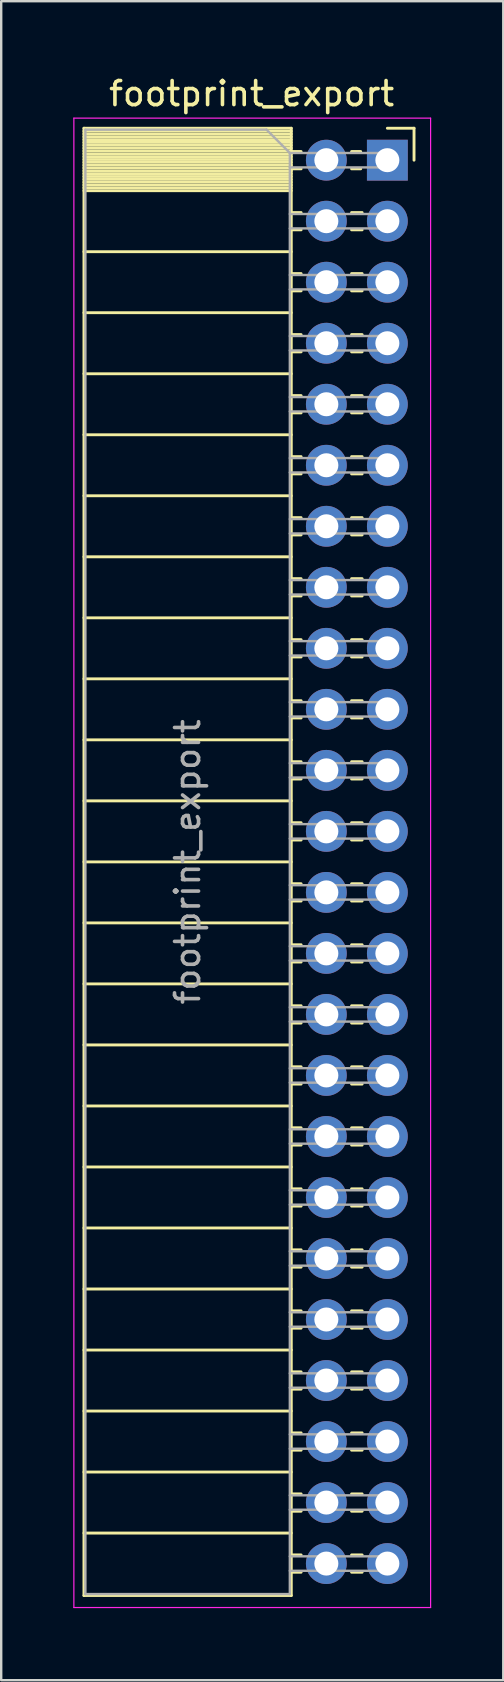
<source format=kicad_pcb>
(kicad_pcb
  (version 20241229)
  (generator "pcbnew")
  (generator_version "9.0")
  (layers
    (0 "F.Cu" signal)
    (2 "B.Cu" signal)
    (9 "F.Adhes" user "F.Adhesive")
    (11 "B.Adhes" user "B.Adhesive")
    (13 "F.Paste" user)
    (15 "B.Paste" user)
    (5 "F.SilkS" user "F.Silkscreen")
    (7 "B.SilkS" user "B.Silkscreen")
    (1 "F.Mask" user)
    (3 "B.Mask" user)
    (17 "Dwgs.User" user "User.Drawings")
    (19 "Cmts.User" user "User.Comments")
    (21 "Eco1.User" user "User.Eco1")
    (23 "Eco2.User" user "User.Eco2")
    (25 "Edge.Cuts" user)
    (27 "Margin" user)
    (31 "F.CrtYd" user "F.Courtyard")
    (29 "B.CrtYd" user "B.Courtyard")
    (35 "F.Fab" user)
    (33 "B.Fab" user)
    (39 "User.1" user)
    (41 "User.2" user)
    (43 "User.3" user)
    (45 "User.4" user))
  (footprint "footprint_export"
    (layer "F.Cu")
    (at 13.075 3.618)
    (property "Reference" "footprint_export" (at -5.65 -2.77 0) (layer "F.SilkS") (effects (font (size 1 1) (thickness 0.15))))
    (attr through_hole)
    (fp_line (start -12.63 -1.33) (end -12.63 59.75) (stroke (width 0.12) (type solid)) (layer "F.SilkS"))
    (fp_line (start -12.63 -1.33) (end -4 -1.33) (stroke (width 0.12) (type solid)) (layer "F.SilkS"))
    (fp_line (start -12.63 -1.21) (end -4 -1.21) (stroke (width 0.12) (type solid)) (layer "F.SilkS"))
    (fp_line (start -12.63 -1.092) (end -4 -1.092) (stroke (width 0.12) (type solid)) (layer "F.SilkS"))
    (fp_line (start -12.63 -0.974) (end -4 -0.974) (stroke (width 0.12) (type solid)) (layer "F.SilkS"))
    (fp_line (start -12.63 -0.856) (end -4 -0.856) (stroke (width 0.12) (type solid)) (layer "F.SilkS"))
    (fp_line (start -12.63 -0.738) (end -4 -0.738) (stroke (width 0.12) (type solid)) (layer "F.SilkS"))
    (fp_line (start -12.63 -0.62) (end -4 -0.62) (stroke (width 0.12) (type solid)) (layer "F.SilkS"))
    (fp_line (start -12.63 -0.501) (end -4 -0.501) (stroke (width 0.12) (type solid)) (layer "F.SilkS"))
    (fp_line (start -12.63 -0.383) (end -4 -0.383) (stroke (width 0.12) (type solid)) (layer "F.SilkS"))
    (fp_line (start -12.63 -0.265) (end -4 -0.265) (stroke (width 0.12) (type solid)) (layer "F.SilkS"))
    (fp_line (start -12.63 -0.147) (end -4 -0.147) (stroke (width 0.12) (type solid)) (layer "F.SilkS"))
    (fp_line (start -12.63 -0.029) (end -4 -0.029) (stroke (width 0.12) (type solid)) (layer "F.SilkS"))
    (fp_line (start -12.63 0.089) (end -4 0.089) (stroke (width 0.12) (type solid)) (layer "F.SilkS"))
    (fp_line (start -12.63 0.207) (end -4 0.207) (stroke (width 0.12) (type solid)) (layer "F.SilkS"))
    (fp_line (start -12.63 0.325) (end -4 0.325) (stroke (width 0.12) (type solid)) (layer "F.SilkS"))
    (fp_line (start -12.63 0.443) (end -4 0.443) (stroke (width 0.12) (type solid)) (layer "F.SilkS"))
    (fp_line (start -12.63 0.561) (end -4 0.561) (stroke (width 0.12) (type solid)) (layer "F.SilkS"))
    (fp_line (start -12.63 0.68) (end -4 0.68) (stroke (width 0.12) (type solid)) (layer "F.SilkS"))
    (fp_line (start -12.63 0.798) (end -4 0.798) (stroke (width 0.12) (type solid)) (layer "F.SilkS"))
    (fp_line (start -12.63 0.916) (end -4 0.916) (stroke (width 0.12) (type solid)) (layer "F.SilkS"))
    (fp_line (start -12.63 1.034) (end -4 1.034) (stroke (width 0.12) (type solid)) (layer "F.SilkS"))
    (fp_line (start -12.63 1.152) (end -4 1.152) (stroke (width 0.12) (type solid)) (layer "F.SilkS"))
    (fp_line (start -12.63 1.27) (end -4 1.27) (stroke (width 0.12) (type solid)) (layer "F.SilkS"))
    (fp_line (start -12.63 3.81) (end -4 3.81) (stroke (width 0.12) (type solid)) (layer "F.SilkS"))
    (fp_line (start -12.63 6.35) (end -4 6.35) (stroke (width 0.12) (type solid)) (layer "F.SilkS"))
    (fp_line (start -12.63 8.89) (end -4 8.89) (stroke (width 0.12) (type solid)) (layer "F.SilkS"))
    (fp_line (start -12.63 11.43) (end -4 11.43) (stroke (width 0.12) (type solid)) (layer "F.SilkS"))
    (fp_line (start -12.63 13.97) (end -4 13.97) (stroke (width 0.12) (type solid)) (layer "F.SilkS"))
    (fp_line (start -12.63 16.51) (end -4 16.51) (stroke (width 0.12) (type solid)) (layer "F.SilkS"))
    (fp_line (start -12.63 19.05) (end -4 19.05) (stroke (width 0.12) (type solid)) (layer "F.SilkS"))
    (fp_line (start -12.63 21.59) (end -4 21.59) (stroke (width 0.12) (type solid)) (layer "F.SilkS"))
    (fp_line (start -12.63 24.13) (end -4 24.13) (stroke (width 0.12) (type solid)) (layer "F.SilkS"))
    (fp_line (start -12.63 26.67) (end -4 26.67) (stroke (width 0.12) (type solid)) (layer "F.SilkS"))
    (fp_line (start -12.63 29.21) (end -4 29.21) (stroke (width 0.12) (type solid)) (layer "F.SilkS"))
    (fp_line (start -12.63 31.75) (end -4 31.75) (stroke (width 0.12) (type solid)) (layer "F.SilkS"))
    (fp_line (start -12.63 34.29) (end -4 34.29) (stroke (width 0.12) (type solid)) (layer "F.SilkS"))
    (fp_line (start -12.63 36.83) (end -4 36.83) (stroke (width 0.12) (type solid)) (layer "F.SilkS"))
    (fp_line (start -12.63 39.37) (end -4 39.37) (stroke (width 0.12) (type solid)) (layer "F.SilkS"))
    (fp_line (start -12.63 41.91) (end -4 41.91) (stroke (width 0.12) (type solid)) (layer "F.SilkS"))
    (fp_line (start -12.63 44.45) (end -4 44.45) (stroke (width 0.12) (type solid)) (layer "F.SilkS"))
    (fp_line (start -12.63 46.99) (end -4 46.99) (stroke (width 0.12) (type solid)) (layer "F.SilkS"))
    (fp_line (start -12.63 49.53) (end -4 49.53) (stroke (width 0.12) (type solid)) (layer "F.SilkS"))
    (fp_line (start -12.63 52.07) (end -4 52.07) (stroke (width 0.12) (type solid)) (layer "F.SilkS"))
    (fp_line (start -12.63 54.61) (end -4 54.61) (stroke (width 0.12) (type solid)) (layer "F.SilkS"))
    (fp_line (start -12.63 57.15) (end -4 57.15) (stroke (width 0.12) (type solid)) (layer "F.SilkS"))
    (fp_line (start -12.63 59.75) (end -4 59.75) (stroke (width 0.12) (type solid)) (layer "F.SilkS"))
    (fp_line (start -4 -1.33) (end -4 59.75) (stroke (width 0.12) (type solid)) (layer "F.SilkS"))
    (fp_line (start -4 -0.36) (end -3.59 -0.36) (stroke (width 0.12) (type solid)) (layer "F.SilkS"))
    (fp_line (start -4 0.36) (end -3.59 0.36) (stroke (width 0.12) (type solid)) (layer "F.SilkS"))
    (fp_line (start -4 2.18) (end -3.59 2.18) (stroke (width 0.12) (type solid)) (layer "F.SilkS"))
    (fp_line (start -4 2.9) (end -3.59 2.9) (stroke (width 0.12) (type solid)) (layer "F.SilkS"))
    (fp_line (start -4 4.72) (end -3.59 4.72) (stroke (width 0.12) (type solid)) (layer "F.SilkS"))
    (fp_line (start -4 5.44) (end -3.59 5.44) (stroke (width 0.12) (type solid)) (layer "F.SilkS"))
    (fp_line (start -4 7.26) (end -3.59 7.26) (stroke (width 0.12) (type solid)) (layer "F.SilkS"))
    (fp_line (start -4 7.98) (end -3.59 7.98) (stroke (width 0.12) (type solid)) (layer "F.SilkS"))
    (fp_line (start -4 9.8) (end -3.59 9.8) (stroke (width 0.12) (type solid)) (layer "F.SilkS"))
    (fp_line (start -4 10.52) (end -3.59 10.52) (stroke (width 0.12) (type solid)) (layer "F.SilkS"))
    (fp_line (start -4 12.34) (end -3.59 12.34) (stroke (width 0.12) (type solid)) (layer "F.SilkS"))
    (fp_line (start -4 13.06) (end -3.59 13.06) (stroke (width 0.12) (type solid)) (layer "F.SilkS"))
    (fp_line (start -4 14.88) (end -3.59 14.88) (stroke (width 0.12) (type solid)) (layer "F.SilkS"))
    (fp_line (start -4 15.6) (end -3.59 15.6) (stroke (width 0.12) (type solid)) (layer "F.SilkS"))
    (fp_line (start -4 17.42) (end -3.59 17.42) (stroke (width 0.12) (type solid)) (layer "F.SilkS"))
    (fp_line (start -4 18.14) (end -3.59 18.14) (stroke (width 0.12) (type solid)) (layer "F.SilkS"))
    (fp_line (start -4 19.96) (end -3.59 19.96) (stroke (width 0.12) (type solid)) (layer "F.SilkS"))
    (fp_line (start -4 20.68) (end -3.59 20.68) (stroke (width 0.12) (type solid)) (layer "F.SilkS"))
    (fp_line (start -4 22.5) (end -3.59 22.5) (stroke (width 0.12) (type solid)) (layer "F.SilkS"))
    (fp_line (start -4 23.22) (end -3.59 23.22) (stroke (width 0.12) (type solid)) (layer "F.SilkS"))
    (fp_line (start -4 25.04) (end -3.59 25.04) (stroke (width 0.12) (type solid)) (layer "F.SilkS"))
    (fp_line (start -4 25.76) (end -3.59 25.76) (stroke (width 0.12) (type solid)) (layer "F.SilkS"))
    (fp_line (start -4 27.58) (end -3.59 27.58) (stroke (width 0.12) (type solid)) (layer "F.SilkS"))
    (fp_line (start -4 28.3) (end -3.59 28.3) (stroke (width 0.12) (type solid)) (layer "F.SilkS"))
    (fp_line (start -4 30.12) (end -3.59 30.12) (stroke (width 0.12) (type solid)) (layer "F.SilkS"))
    (fp_line (start -4 30.84) (end -3.59 30.84) (stroke (width 0.12) (type solid)) (layer "F.SilkS"))
    (fp_line (start -4 32.66) (end -3.59 32.66) (stroke (width 0.12) (type solid)) (layer "F.SilkS"))
    (fp_line (start -4 33.38) (end -3.59 33.38) (stroke (width 0.12) (type solid)) (layer "F.SilkS"))
    (fp_line (start -4 35.2) (end -3.59 35.2) (stroke (width 0.12) (type solid)) (layer "F.SilkS"))
    (fp_line (start -4 35.92) (end -3.59 35.92) (stroke (width 0.12) (type solid)) (layer "F.SilkS"))
    (fp_line (start -4 37.74) (end -3.59 37.74) (stroke (width 0.12) (type solid)) (layer "F.SilkS"))
    (fp_line (start -4 38.46) (end -3.59 38.46) (stroke (width 0.12) (type solid)) (layer "F.SilkS"))
    (fp_line (start -4 40.28) (end -3.59 40.28) (stroke (width 0.12) (type solid)) (layer "F.SilkS"))
    (fp_line (start -4 41) (end -3.59 41) (stroke (width 0.12) (type solid)) (layer "F.SilkS"))
    (fp_line (start -4 42.82) (end -3.59 42.82) (stroke (width 0.12) (type solid)) (layer "F.SilkS"))
    (fp_line (start -4 43.54) (end -3.59 43.54) (stroke (width 0.12) (type solid)) (layer "F.SilkS"))
    (fp_line (start -4 45.36) (end -3.59 45.36) (stroke (width 0.12) (type solid)) (layer "F.SilkS"))
    (fp_line (start -4 46.08) (end -3.59 46.08) (stroke (width 0.12) (type solid)) (layer "F.SilkS"))
    (fp_line (start -4 47.9) (end -3.59 47.9) (stroke (width 0.12) (type solid)) (layer "F.SilkS"))
    (fp_line (start -4 48.62) (end -3.59 48.62) (stroke (width 0.12) (type solid)) (layer "F.SilkS"))
    (fp_line (start -4 50.44) (end -3.59 50.44) (stroke (width 0.12) (type solid)) (layer "F.SilkS"))
    (fp_line (start -4 51.16) (end -3.59 51.16) (stroke (width 0.12) (type solid)) (layer "F.SilkS"))
    (fp_line (start -4 52.98) (end -3.59 52.98) (stroke (width 0.12) (type solid)) (layer "F.SilkS"))
    (fp_line (start -4 53.7) (end -3.59 53.7) (stroke (width 0.12) (type solid)) (layer "F.SilkS"))
    (fp_line (start -4 55.52) (end -3.59 55.52) (stroke (width 0.12) (type solid)) (layer "F.SilkS"))
    (fp_line (start -4 56.24) (end -3.59 56.24) (stroke (width 0.12) (type solid)) (layer "F.SilkS"))
    (fp_line (start -4 58.06) (end -3.59 58.06) (stroke (width 0.12) (type solid)) (layer "F.SilkS"))
    (fp_line (start -4 58.78) (end -3.59 58.78) (stroke (width 0.12) (type solid)) (layer "F.SilkS"))
    (fp_line (start -1.49 -0.36) (end -1.11 -0.36) (stroke (width 0.12) (type solid)) (layer "F.SilkS"))
    (fp_line (start -1.49 0.36) (end -1.11 0.36) (stroke (width 0.12) (type solid)) (layer "F.SilkS"))
    (fp_line (start -1.49 2.18) (end -1.05 2.18) (stroke (width 0.12) (type solid)) (layer "F.SilkS"))
    (fp_line (start -1.49 2.9) (end -1.05 2.9) (stroke (width 0.12) (type solid)) (layer "F.SilkS"))
    (fp_line (start -1.49 4.72) (end -1.05 4.72) (stroke (width 0.12) (type solid)) (layer "F.SilkS"))
    (fp_line (start -1.49 5.44) (end -1.05 5.44) (stroke (width 0.12) (type solid)) (layer "F.SilkS"))
    (fp_line (start -1.49 7.26) (end -1.05 7.26) (stroke (width 0.12) (type solid)) (layer "F.SilkS"))
    (fp_line (start -1.49 7.98) (end -1.05 7.98) (stroke (width 0.12) (type solid)) (layer "F.SilkS"))
    (fp_line (start -1.49 9.8) (end -1.05 9.8) (stroke (width 0.12) (type solid)) (layer "F.SilkS"))
    (fp_line (start -1.49 10.52) (end -1.05 10.52) (stroke (width 0.12) (type solid)) (layer "F.SilkS"))
    (fp_line (start -1.49 12.34) (end -1.05 12.34) (stroke (width 0.12) (type solid)) (layer "F.SilkS"))
    (fp_line (start -1.49 13.06) (end -1.05 13.06) (stroke (width 0.12) (type solid)) (layer "F.SilkS"))
    (fp_line (start -1.49 14.88) (end -1.05 14.88) (stroke (width 0.12) (type solid)) (layer "F.SilkS"))
    (fp_line (start -1.49 15.6) (end -1.05 15.6) (stroke (width 0.12) (type solid)) (layer "F.SilkS"))
    (fp_line (start -1.49 17.42) (end -1.05 17.42) (stroke (width 0.12) (type solid)) (layer "F.SilkS"))
    (fp_line (start -1.49 18.14) (end -1.05 18.14) (stroke (width 0.12) (type solid)) (layer "F.SilkS"))
    (fp_line (start -1.49 19.96) (end -1.05 19.96) (stroke (width 0.12) (type solid)) (layer "F.SilkS"))
    (fp_line (start -1.49 20.68) (end -1.05 20.68) (stroke (width 0.12) (type solid)) (layer "F.SilkS"))
    (fp_line (start -1.49 22.5) (end -1.05 22.5) (stroke (width 0.12) (type solid)) (layer "F.SilkS"))
    (fp_line (start -1.49 23.22) (end -1.05 23.22) (stroke (width 0.12) (type solid)) (layer "F.SilkS"))
    (fp_line (start -1.49 25.04) (end -1.05 25.04) (stroke (width 0.12) (type solid)) (layer "F.SilkS"))
    (fp_line (start -1.49 25.76) (end -1.05 25.76) (stroke (width 0.12) (type solid)) (layer "F.SilkS"))
    (fp_line (start -1.49 27.58) (end -1.05 27.58) (stroke (width 0.12) (type solid)) (layer "F.SilkS"))
    (fp_line (start -1.49 28.3) (end -1.05 28.3) (stroke (width 0.12) (type solid)) (layer "F.SilkS"))
    (fp_line (start -1.49 30.12) (end -1.05 30.12) (stroke (width 0.12) (type solid)) (layer "F.SilkS"))
    (fp_line (start -1.49 30.84) (end -1.05 30.84) (stroke (width 0.12) (type solid)) (layer "F.SilkS"))
    (fp_line (start -1.49 32.66) (end -1.05 32.66) (stroke (width 0.12) (type solid)) (layer "F.SilkS"))
    (fp_line (start -1.49 33.38) (end -1.05 33.38) (stroke (width 0.12) (type solid)) (layer "F.SilkS"))
    (fp_line (start -1.49 35.2) (end -1.05 35.2) (stroke (width 0.12) (type solid)) (layer "F.SilkS"))
    (fp_line (start -1.49 35.92) (end -1.05 35.92) (stroke (width 0.12) (type solid)) (layer "F.SilkS"))
    (fp_line (start -1.49 37.74) (end -1.05 37.74) (stroke (width 0.12) (type solid)) (layer "F.SilkS"))
    (fp_line (start -1.49 38.46) (end -1.05 38.46) (stroke (width 0.12) (type solid)) (layer "F.SilkS"))
    (fp_line (start -1.49 40.28) (end -1.05 40.28) (stroke (width 0.12) (type solid)) (layer "F.SilkS"))
    (fp_line (start -1.49 41) (end -1.05 41) (stroke (width 0.12) (type solid)) (layer "F.SilkS"))
    (fp_line (start -1.49 42.82) (end -1.05 42.82) (stroke (width 0.12) (type solid)) (layer "F.SilkS"))
    (fp_line (start -1.49 43.54) (end -1.05 43.54) (stroke (width 0.12) (type solid)) (layer "F.SilkS"))
    (fp_line (start -1.49 45.36) (end -1.05 45.36) (stroke (width 0.12) (type solid)) (layer "F.SilkS"))
    (fp_line (start -1.49 46.08) (end -1.05 46.08) (stroke (width 0.12) (type solid)) (layer "F.SilkS"))
    (fp_line (start -1.49 47.9) (end -1.05 47.9) (stroke (width 0.12) (type solid)) (layer "F.SilkS"))
    (fp_line (start -1.49 48.62) (end -1.05 48.62) (stroke (width 0.12) (type solid)) (layer "F.SilkS"))
    (fp_line (start -1.49 50.44) (end -1.05 50.44) (stroke (width 0.12) (type solid)) (layer "F.SilkS"))
    (fp_line (start -1.49 51.16) (end -1.05 51.16) (stroke (width 0.12) (type solid)) (layer "F.SilkS"))
    (fp_line (start -1.49 52.98) (end -1.05 52.98) (stroke (width 0.12) (type solid)) (layer "F.SilkS"))
    (fp_line (start -1.49 53.7) (end -1.05 53.7) (stroke (width 0.12) (type solid)) (layer "F.SilkS"))
    (fp_line (start -1.49 55.52) (end -1.05 55.52) (stroke (width 0.12) (type solid)) (layer "F.SilkS"))
    (fp_line (start -1.49 56.24) (end -1.05 56.24) (stroke (width 0.12) (type solid)) (layer "F.SilkS"))
    (fp_line (start -1.49 58.06) (end -1.05 58.06) (stroke (width 0.12) (type solid)) (layer "F.SilkS"))
    (fp_line (start -1.49 58.78) (end -1.05 58.78) (stroke (width 0.12) (type solid)) (layer "F.SilkS"))
    (fp_line (start 0 -1.33) (end 1.11 -1.33) (stroke (width 0.12) (type solid)) (layer "F.SilkS"))
    (fp_line (start 1.11 -1.33) (end 1.11 0) (stroke (width 0.12) (type solid)) (layer "F.SilkS"))
    (fp_line (start -13.05 -1.75) (end -13.05 60.25) (stroke (width 0.05) (type solid)) (layer "F.CrtYd"))
    (fp_line (start -13.05 60.25) (end 1.8 60.25) (stroke (width 0.05) (type solid)) (layer "F.CrtYd"))
    (fp_line (start 1.8 -1.75) (end -13.05 -1.75) (stroke (width 0.05) (type solid)) (layer "F.CrtYd"))
    (fp_line (start 1.8 60.25) (end 1.8 -1.75) (stroke (width 0.05) (type solid)) (layer "F.CrtYd"))
    (fp_line (start -12.57 -1.27) (end -5.03 -1.27) (stroke (width 0.1) (type solid)) (layer "F.Fab"))
    (fp_line (start -12.57 59.69) (end -12.57 -1.27) (stroke (width 0.1) (type solid)) (layer "F.Fab"))
    (fp_line (start -5.03 -1.27) (end -4.06 -0.3) (stroke (width 0.1) (type solid)) (layer "F.Fab"))
    (fp_line (start -4.06 -0.3) (end -4.06 59.69) (stroke (width 0.1) (type solid)) (layer "F.Fab"))
    (fp_line (start -4.06 0.3) (end 0 0.3) (stroke (width 0.1) (type solid)) (layer "F.Fab"))
    (fp_line (start -4.06 2.84) (end 0 2.84) (stroke (width 0.1) (type solid)) (layer "F.Fab"))
    (fp_line (start -4.06 5.38) (end 0 5.38) (stroke (width 0.1) (type solid)) (layer "F.Fab"))
    (fp_line (start -4.06 7.92) (end 0 7.92) (stroke (width 0.1) (type solid)) (layer "F.Fab"))
    (fp_line (start -4.06 10.46) (end 0 10.46) (stroke (width 0.1) (type solid)) (layer "F.Fab"))
    (fp_line (start -4.06 13) (end 0 13) (stroke (width 0.1) (type solid)) (layer "F.Fab"))
    (fp_line (start -4.06 15.54) (end 0 15.54) (stroke (width 0.1) (type solid)) (layer "F.Fab"))
    (fp_line (start -4.06 18.08) (end 0 18.08) (stroke (width 0.1) (type solid)) (layer "F.Fab"))
    (fp_line (start -4.06 20.62) (end 0 20.62) (stroke (width 0.1) (type solid)) (layer "F.Fab"))
    (fp_line (start -4.06 23.16) (end 0 23.16) (stroke (width 0.1) (type solid)) (layer "F.Fab"))
    (fp_line (start -4.06 25.7) (end 0 25.7) (stroke (width 0.1) (type solid)) (layer "F.Fab"))
    (fp_line (start -4.06 28.24) (end 0 28.24) (stroke (width 0.1) (type solid)) (layer "F.Fab"))
    (fp_line (start -4.06 30.78) (end 0 30.78) (stroke (width 0.1) (type solid)) (layer "F.Fab"))
    (fp_line (start -4.06 33.32) (end 0 33.32) (stroke (width 0.1) (type solid)) (layer "F.Fab"))
    (fp_line (start -4.06 35.86) (end 0 35.86) (stroke (width 0.1) (type solid)) (layer "F.Fab"))
    (fp_line (start -4.06 38.4) (end 0 38.4) (stroke (width 0.1) (type solid)) (layer "F.Fab"))
    (fp_line (start -4.06 40.94) (end 0 40.94) (stroke (width 0.1) (type solid)) (layer "F.Fab"))
    (fp_line (start -4.06 43.48) (end 0 43.48) (stroke (width 0.1) (type solid)) (layer "F.Fab"))
    (fp_line (start -4.06 46.02) (end 0 46.02) (stroke (width 0.1) (type solid)) (layer "F.Fab"))
    (fp_line (start -4.06 48.56) (end 0 48.56) (stroke (width 0.1) (type solid)) (layer "F.Fab"))
    (fp_line (start -4.06 51.1) (end 0 51.1) (stroke (width 0.1) (type solid)) (layer "F.Fab"))
    (fp_line (start -4.06 53.64) (end 0 53.64) (stroke (width 0.1) (type solid)) (layer "F.Fab"))
    (fp_line (start -4.06 56.18) (end 0 56.18) (stroke (width 0.1) (type solid)) (layer "F.Fab"))
    (fp_line (start -4.06 58.72) (end 0 58.72) (stroke (width 0.1) (type solid)) (layer "F.Fab"))
    (fp_line (start -4.06 59.69) (end -12.57 59.69) (stroke (width 0.1) (type solid)) (layer "F.Fab"))
    (fp_line (start 0 -0.3) (end -4.06 -0.3) (stroke (width 0.1) (type solid)) (layer "F.Fab"))
    (fp_line (start 0 0.3) (end 0 -0.3) (stroke (width 0.1) (type solid)) (layer "F.Fab"))
    (fp_line (start 0 2.24) (end -4.06 2.24) (stroke (width 0.1) (type solid)) (layer "F.Fab"))
    (fp_line (start 0 2.84) (end 0 2.24) (stroke (width 0.1) (type solid)) (layer "F.Fab"))
    (fp_line (start 0 4.78) (end -4.06 4.78) (stroke (width 0.1) (type solid)) (layer "F.Fab"))
    (fp_line (start 0 5.38) (end 0 4.78) (stroke (width 0.1) (type solid)) (layer "F.Fab"))
    (fp_line (start 0 7.32) (end -4.06 7.32) (stroke (width 0.1) (type solid)) (layer "F.Fab"))
    (fp_line (start 0 7.92) (end 0 7.32) (stroke (width 0.1) (type solid)) (layer "F.Fab"))
    (fp_line (start 0 9.86) (end -4.06 9.86) (stroke (width 0.1) (type solid)) (layer "F.Fab"))
    (fp_line (start 0 10.46) (end 0 9.86) (stroke (width 0.1) (type solid)) (layer "F.Fab"))
    (fp_line (start 0 12.4) (end -4.06 12.4) (stroke (width 0.1) (type solid)) (layer "F.Fab"))
    (fp_line (start 0 13) (end 0 12.4) (stroke (width 0.1) (type solid)) (layer "F.Fab"))
    (fp_line (start 0 14.94) (end -4.06 14.94) (stroke (width 0.1) (type solid)) (layer "F.Fab"))
    (fp_line (start 0 15.54) (end 0 14.94) (stroke (width 0.1) (type solid)) (layer "F.Fab"))
    (fp_line (start 0 17.48) (end -4.06 17.48) (stroke (width 0.1) (type solid)) (layer "F.Fab"))
    (fp_line (start 0 18.08) (end 0 17.48) (stroke (width 0.1) (type solid)) (layer "F.Fab"))
    (fp_line (start 0 20.02) (end -4.06 20.02) (stroke (width 0.1) (type solid)) (layer "F.Fab"))
    (fp_line (start 0 20.62) (end 0 20.02) (stroke (width 0.1) (type solid)) (layer "F.Fab"))
    (fp_line (start 0 22.56) (end -4.06 22.56) (stroke (width 0.1) (type solid)) (layer "F.Fab"))
    (fp_line (start 0 23.16) (end 0 22.56) (stroke (width 0.1) (type solid)) (layer "F.Fab"))
    (fp_line (start 0 25.1) (end -4.06 25.1) (stroke (width 0.1) (type solid)) (layer "F.Fab"))
    (fp_line (start 0 25.7) (end 0 25.1) (stroke (width 0.1) (type solid)) (layer "F.Fab"))
    (fp_line (start 0 27.64) (end -4.06 27.64) (stroke (width 0.1) (type solid)) (layer "F.Fab"))
    (fp_line (start 0 28.24) (end 0 27.64) (stroke (width 0.1) (type solid)) (layer "F.Fab"))
    (fp_line (start 0 30.18) (end -4.06 30.18) (stroke (width 0.1) (type solid)) (layer "F.Fab"))
    (fp_line (start 0 30.78) (end 0 30.18) (stroke (width 0.1) (type solid)) (layer "F.Fab"))
    (fp_line (start 0 32.72) (end -4.06 32.72) (stroke (width 0.1) (type solid)) (layer "F.Fab"))
    (fp_line (start 0 33.32) (end 0 32.72) (stroke (width 0.1) (type solid)) (layer "F.Fab"))
    (fp_line (start 0 35.26) (end -4.06 35.26) (stroke (width 0.1) (type solid)) (layer "F.Fab"))
    (fp_line (start 0 35.86) (end 0 35.26) (stroke (width 0.1) (type solid)) (layer "F.Fab"))
    (fp_line (start 0 37.8) (end -4.06 37.8) (stroke (width 0.1) (type solid)) (layer "F.Fab"))
    (fp_line (start 0 38.4) (end 0 37.8) (stroke (width 0.1) (type solid)) (layer "F.Fab"))
    (fp_line (start 0 40.34) (end -4.06 40.34) (stroke (width 0.1) (type solid)) (layer "F.Fab"))
    (fp_line (start 0 40.94) (end 0 40.34) (stroke (width 0.1) (type solid)) (layer "F.Fab"))
    (fp_line (start 0 42.88) (end -4.06 42.88) (stroke (width 0.1) (type solid)) (layer "F.Fab"))
    (fp_line (start 0 43.48) (end 0 42.88) (stroke (width 0.1) (type solid)) (layer "F.Fab"))
    (fp_line (start 0 45.42) (end -4.06 45.42) (stroke (width 0.1) (type solid)) (layer "F.Fab"))
    (fp_line (start 0 46.02) (end 0 45.42) (stroke (width 0.1) (type solid)) (layer "F.Fab"))
    (fp_line (start 0 47.96) (end -4.06 47.96) (stroke (width 0.1) (type solid)) (layer "F.Fab"))
    (fp_line (start 0 48.56) (end 0 47.96) (stroke (width 0.1) (type solid)) (layer "F.Fab"))
    (fp_line (start 0 50.5) (end -4.06 50.5) (stroke (width 0.1) (type solid)) (layer "F.Fab"))
    (fp_line (start 0 51.1) (end 0 50.5) (stroke (width 0.1) (type solid)) (layer "F.Fab"))
    (fp_line (start 0 53.04) (end -4.06 53.04) (stroke (width 0.1) (type solid)) (layer "F.Fab"))
    (fp_line (start 0 53.64) (end 0 53.04) (stroke (width 0.1) (type solid)) (layer "F.Fab"))
    (fp_line (start 0 55.58) (end -4.06 55.58) (stroke (width 0.1) (type solid)) (layer "F.Fab"))
    (fp_line (start 0 56.18) (end 0 55.58) (stroke (width 0.1) (type solid)) (layer "F.Fab"))
    (fp_line (start 0 58.12) (end -4.06 58.12) (stroke (width 0.1) (type solid)) (layer "F.Fab"))
    (fp_line (start 0 58.72) (end 0 58.12) (stroke (width 0.1) (type solid)) (layer "F.Fab"))
    (fp_text user "${REFERENCE}" (at -8.315 29.21 90) (layer "F.Fab") (effects (font (size 1 1) (thickness 0.15))))
    (pad "1" thru_hole rect (at 0 0) (size 1.7 1.7) (drill 1) (layers "*.Cu" "*.Mask"))
    (pad "2" thru_hole oval (at -2.54 0) (size 1.7 1.7) (drill 1) (layers "*.Cu" "*.Mask"))
    (pad "3" thru_hole oval (at 0 2.54) (size 1.7 1.7) (drill 1) (layers "*.Cu" "*.Mask"))
    (pad "4" thru_hole oval (at -2.54 2.54) (size 1.7 1.7) (drill 1) (layers "*.Cu" "*.Mask"))
    (pad "5" thru_hole oval (at 0 5.08) (size 1.7 1.7) (drill 1) (layers "*.Cu" "*.Mask"))
    (pad "6" thru_hole oval (at -2.54 5.08) (size 1.7 1.7) (drill 1) (layers "*.Cu" "*.Mask"))
    (pad "7" thru_hole oval (at 0 7.62) (size 1.7 1.7) (drill 1) (layers "*.Cu" "*.Mask"))
    (pad "8" thru_hole oval (at -2.54 7.62) (size 1.7 1.7) (drill 1) (layers "*.Cu" "*.Mask"))
    (pad "9" thru_hole oval (at 0 10.16) (size 1.7 1.7) (drill 1) (layers "*.Cu" "*.Mask"))
    (pad "10" thru_hole oval (at -2.54 10.16) (size 1.7 1.7) (drill 1) (layers "*.Cu" "*.Mask"))
    (pad "11" thru_hole oval (at 0 12.7) (size 1.7 1.7) (drill 1) (layers "*.Cu" "*.Mask"))
    (pad "12" thru_hole oval (at -2.54 12.7) (size 1.7 1.7) (drill 1) (layers "*.Cu" "*.Mask"))
    (pad "13" thru_hole oval (at 0 15.24) (size 1.7 1.7) (drill 1) (layers "*.Cu" "*.Mask"))
    (pad "14" thru_hole oval (at -2.54 15.24) (size 1.7 1.7) (drill 1) (layers "*.Cu" "*.Mask"))
    (pad "15" thru_hole oval (at 0 17.78) (size 1.7 1.7) (drill 1) (layers "*.Cu" "*.Mask"))
    (pad "16" thru_hole oval (at -2.54 17.78) (size 1.7 1.7) (drill 1) (layers "*.Cu" "*.Mask"))
    (pad "17" thru_hole oval (at 0 20.32) (size 1.7 1.7) (drill 1) (layers "*.Cu" "*.Mask"))
    (pad "18" thru_hole oval (at -2.54 20.32) (size 1.7 1.7) (drill 1) (layers "*.Cu" "*.Mask"))
    (pad "19" thru_hole oval (at 0 22.86) (size 1.7 1.7) (drill 1) (layers "*.Cu" "*.Mask"))
    (pad "20" thru_hole oval (at -2.54 22.86) (size 1.7 1.7) (drill 1) (layers "*.Cu" "*.Mask"))
    (pad "21" thru_hole oval (at 0 25.4) (size 1.7 1.7) (drill 1) (layers "*.Cu" "*.Mask"))
    (pad "22" thru_hole oval (at -2.54 25.4) (size 1.7 1.7) (drill 1) (layers "*.Cu" "*.Mask"))
    (pad "23" thru_hole oval (at 0 27.94) (size 1.7 1.7) (drill 1) (layers "*.Cu" "*.Mask"))
    (pad "24" thru_hole oval (at -2.54 27.94) (size 1.7 1.7) (drill 1) (layers "*.Cu" "*.Mask"))
    (pad "25" thru_hole oval (at 0 30.48) (size 1.7 1.7) (drill 1) (layers "*.Cu" "*.Mask"))
    (pad "26" thru_hole oval (at -2.54 30.48) (size 1.7 1.7) (drill 1) (layers "*.Cu" "*.Mask"))
    (pad "27" thru_hole oval (at 0 33.02) (size 1.7 1.7) (drill 1) (layers "*.Cu" "*.Mask"))
    (pad "28" thru_hole oval (at -2.54 33.02) (size 1.7 1.7) (drill 1) (layers "*.Cu" "*.Mask"))
    (pad "29" thru_hole oval (at 0 35.56) (size 1.7 1.7) (drill 1) (layers "*.Cu" "*.Mask"))
    (pad "30" thru_hole oval (at -2.54 35.56) (size 1.7 1.7) (drill 1) (layers "*.Cu" "*.Mask"))
    (pad "31" thru_hole oval (at 0 38.1) (size 1.7 1.7) (drill 1) (layers "*.Cu" "*.Mask"))
    (pad "32" thru_hole oval (at -2.54 38.1) (size 1.7 1.7) (drill 1) (layers "*.Cu" "*.Mask"))
    (pad "33" thru_hole oval (at 0 40.64) (size 1.7 1.7) (drill 1) (layers "*.Cu" "*.Mask"))
    (pad "34" thru_hole oval (at -2.54 40.64) (size 1.7 1.7) (drill 1) (layers "*.Cu" "*.Mask"))
    (pad "35" thru_hole oval (at 0 43.18) (size 1.7 1.7) (drill 1) (layers "*.Cu" "*.Mask"))
    (pad "36" thru_hole oval (at -2.54 43.18) (size 1.7 1.7) (drill 1) (layers "*.Cu" "*.Mask"))
    (pad "37" thru_hole oval (at 0 45.72) (size 1.7 1.7) (drill 1) (layers "*.Cu" "*.Mask"))
    (pad "38" thru_hole oval (at -2.54 45.72) (size 1.7 1.7) (drill 1) (layers "*.Cu" "*.Mask"))
    (pad "39" thru_hole oval (at 0 48.26) (size 1.7 1.7) (drill 1) (layers "*.Cu" "*.Mask"))
    (pad "40" thru_hole oval (at -2.54 48.26) (size 1.7 1.7) (drill 1) (layers "*.Cu" "*.Mask"))
    (pad "41" thru_hole oval (at 0 50.8) (size 1.7 1.7) (drill 1) (layers "*.Cu" "*.Mask"))
    (pad "42" thru_hole oval (at -2.54 50.8) (size 1.7 1.7) (drill 1) (layers "*.Cu" "*.Mask"))
    (pad "43" thru_hole oval (at 0 53.34) (size 1.7 1.7) (drill 1) (layers "*.Cu" "*.Mask"))
    (pad "44" thru_hole oval (at -2.54 53.34) (size 1.7 1.7) (drill 1) (layers "*.Cu" "*.Mask"))
    (pad "45" thru_hole oval (at 0 55.88) (size 1.7 1.7) (drill 1) (layers "*.Cu" "*.Mask"))
    (pad "46" thru_hole oval (at -2.54 55.88) (size 1.7 1.7) (drill 1) (layers "*.Cu" "*.Mask"))
    (pad "47" thru_hole oval (at 0 58.42) (size 1.7 1.7) (drill 1) (layers "*.Cu" "*.Mask"))
    (pad "48" thru_hole oval (at -2.54 58.42) (size 1.7 1.7) (drill 1) (layers "*.Cu" "*.Mask")))
  (gr_rect
    (start -3 -3)
    (end 17.9 66.893)
    (stroke (width 0.1) (type default))
    (fill no)
    (layer "Edge.Cuts")))
</source>
